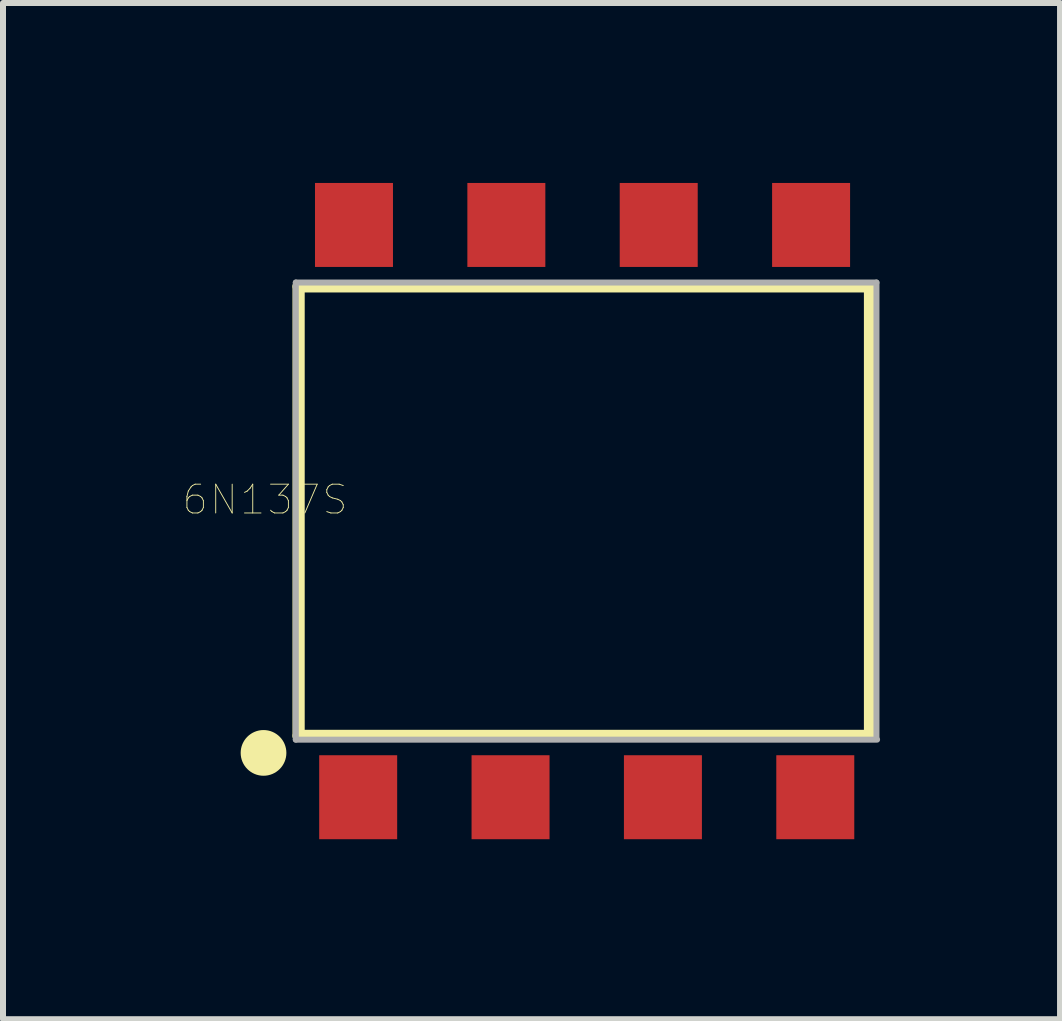
<source format=kicad_pcb>
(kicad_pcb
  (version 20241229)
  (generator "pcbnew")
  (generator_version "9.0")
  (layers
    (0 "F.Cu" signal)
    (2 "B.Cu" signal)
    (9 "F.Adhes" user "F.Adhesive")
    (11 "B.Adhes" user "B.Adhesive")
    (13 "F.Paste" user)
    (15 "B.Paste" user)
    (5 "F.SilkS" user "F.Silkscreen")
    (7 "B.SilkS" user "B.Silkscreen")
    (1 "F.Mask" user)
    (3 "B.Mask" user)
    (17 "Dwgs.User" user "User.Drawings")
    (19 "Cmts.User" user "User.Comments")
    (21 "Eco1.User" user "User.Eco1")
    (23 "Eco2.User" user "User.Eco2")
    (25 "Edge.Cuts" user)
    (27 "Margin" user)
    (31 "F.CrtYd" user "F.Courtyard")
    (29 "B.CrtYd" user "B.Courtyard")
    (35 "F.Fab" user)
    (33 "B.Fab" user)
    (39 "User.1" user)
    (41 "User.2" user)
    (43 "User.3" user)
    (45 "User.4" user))
  (footprint "6N137S"
    (layer "F.Cu")
    (at 6.881 5.28)
    (property "Reference" "6N137S" (at -5.512 0 180) (layer "F.SilkS") (effects (font (size 0.48 0.48) (thickness 0.015))))
    (attr through_hole)
    (fp_line (start -4.953 -3.556) (end 4.572 -3.556) (stroke (width 0.203) (type solid)) (layer "F.SilkS"))
    (fp_line (start -4.953 3.937) (end -4.953 -3.556) (stroke (width 0.203) (type solid)) (layer "F.SilkS"))
    (fp_line (start 4.572 -3.556) (end 4.572 3.937) (stroke (width 0.203) (type solid)) (layer "F.SilkS"))
    (fp_line (start 4.572 3.937) (end -4.953 3.937) (stroke (width 0.203) (type solid)) (layer "F.SilkS"))
    (fp_circle (center -5.538 4.221) (end -5.157 4.221) (stroke (width 0) (type solid)) (fill yes) (layer "F.SilkS"))
    (fp_line (start -5 -3.62) (end 4.68 -3.62) (stroke (width 0.1) (type solid)) (layer "F.Fab"))
    (fp_line (start -5 4) (end -5 -3.62) (stroke (width 0.1) (type solid)) (layer "F.Fab"))
    (fp_line (start -5 4) (end 4.69 4) (stroke (width 0.1) (type solid)) (layer "F.Fab"))
    (fp_line (start 4.68 -3.62) (end 4.68 3.98) (stroke (width 0.1) (type solid)) (layer "F.Fab"))
    (pad "1" smd rect (at -3.96 4.96) (size 1.3 1.4) (layers "F.Cu" "F.Mask" "F.Paste"))
    (pad "2" smd rect (at -1.42 4.96) (size 1.3 1.4) (layers "F.Cu" "F.Mask" "F.Paste"))
    (pad "3" smd rect (at 1.12 4.96) (size 1.3 1.4) (layers "F.Cu" "F.Mask" "F.Paste"))
    (pad "4" smd rect (at 3.66 4.96) (size 1.3 1.4) (layers "F.Cu" "F.Mask" "F.Paste"))
    (pad "5" smd rect (at 3.59 -4.58) (size 1.3 1.4) (layers "F.Cu" "F.Mask" "F.Paste"))
    (pad "6" smd rect (at 1.05 -4.58) (size 1.3 1.4) (layers "F.Cu" "F.Mask" "F.Paste"))
    (pad "7" smd rect (at -1.49 -4.58) (size 1.3 1.4) (layers "F.Cu" "F.Mask" "F.Paste"))
    (pad "8" smd rect (at -4.03 -4.58) (size 1.3 1.4) (layers "F.Cu" "F.Mask" "F.Paste")))
  (gr_rect
    (start -3 -3)
    (end 14.621 13.94)
    (stroke (width 0.1) (type default))
    (fill no)
    (layer "Edge.Cuts")))
</source>
